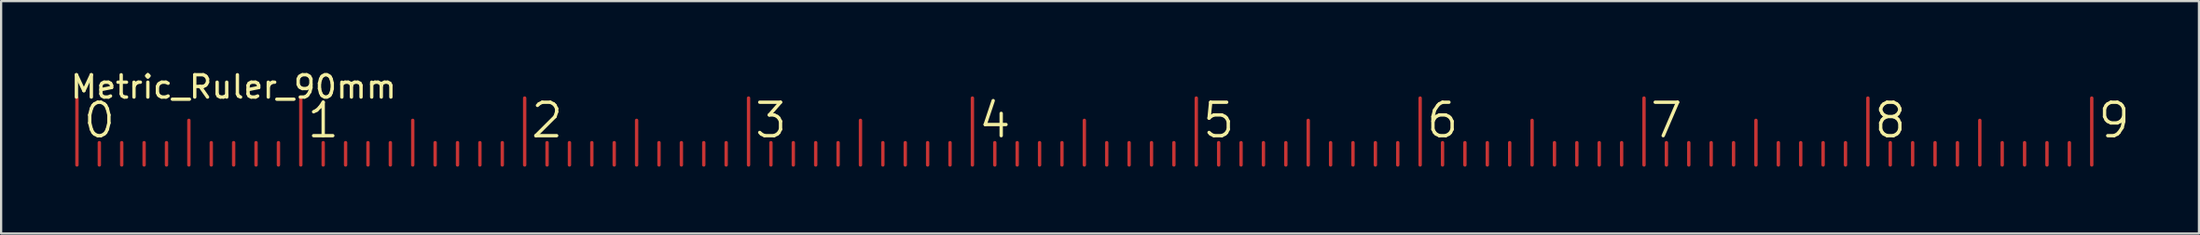
<source format=kicad_pcb>
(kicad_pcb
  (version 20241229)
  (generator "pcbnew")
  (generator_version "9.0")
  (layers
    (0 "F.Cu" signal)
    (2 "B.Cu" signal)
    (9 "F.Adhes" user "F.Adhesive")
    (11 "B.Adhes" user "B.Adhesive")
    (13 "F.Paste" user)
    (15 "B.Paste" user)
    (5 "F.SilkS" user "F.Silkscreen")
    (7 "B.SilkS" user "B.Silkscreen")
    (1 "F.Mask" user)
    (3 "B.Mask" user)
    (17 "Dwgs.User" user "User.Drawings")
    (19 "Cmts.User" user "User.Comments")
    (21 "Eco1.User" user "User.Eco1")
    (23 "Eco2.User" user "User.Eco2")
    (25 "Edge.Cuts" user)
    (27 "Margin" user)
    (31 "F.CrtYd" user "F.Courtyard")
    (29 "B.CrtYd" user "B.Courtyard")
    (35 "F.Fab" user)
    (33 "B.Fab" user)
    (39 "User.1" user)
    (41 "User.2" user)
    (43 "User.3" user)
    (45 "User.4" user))
  (footprint "Metric_Ruler_90mm"
    (layer "F.Cu")
    (at 7.387 0.348)
    (property "Reference" "Metric_Ruler_90mm" (at 0 0.5 0) (layer "F.SilkS") (effects (font (size 1 1) (thickness 0.15))))
    (attr through_hole)
    (fp_line (start -7 4) (end -7 1) (stroke (width 0.15) (type solid)) (layer "F.Cu"))
    (fp_line (start -6 4) (end -6 3) (stroke (width 0.15) (type solid)) (layer "F.Cu"))
    (fp_line (start -5 4) (end -5 3) (stroke (width 0.15) (type solid)) (layer "F.Cu"))
    (fp_line (start -4 4) (end -4 3) (stroke (width 0.15) (type solid)) (layer "F.Cu"))
    (fp_line (start -3 4) (end -3 3) (stroke (width 0.15) (type solid)) (layer "F.Cu"))
    (fp_line (start -2 4) (end -2 2) (stroke (width 0.15) (type solid)) (layer "F.Cu"))
    (fp_line (start -1 4) (end -1 3) (stroke (width 0.15) (type solid)) (layer "F.Cu"))
    (fp_line (start 0 4) (end 0 3) (stroke (width 0.15) (type solid)) (layer "F.Cu"))
    (fp_line (start 1 4) (end 1 3) (stroke (width 0.15) (type solid)) (layer "F.Cu"))
    (fp_line (start 2 4) (end 2 3) (stroke (width 0.15) (type solid)) (layer "F.Cu"))
    (fp_line (start 3 4) (end 3 1) (stroke (width 0.15) (type solid)) (layer "F.Cu"))
    (fp_line (start 4 4) (end 4 3) (stroke (width 0.15) (type solid)) (layer "F.Cu"))
    (fp_line (start 5 4) (end 5 3) (stroke (width 0.15) (type solid)) (layer "F.Cu"))
    (fp_line (start 6 4) (end 6 3) (stroke (width 0.15) (type solid)) (layer "F.Cu"))
    (fp_line (start 7 4) (end 7 3) (stroke (width 0.15) (type solid)) (layer "F.Cu"))
    (fp_line (start 8 4) (end 8 2) (stroke (width 0.15) (type solid)) (layer "F.Cu"))
    (fp_line (start 9 4) (end 9 3) (stroke (width 0.15) (type solid)) (layer "F.Cu"))
    (fp_line (start 10 4) (end 10 3) (stroke (width 0.15) (type solid)) (layer "F.Cu"))
    (fp_line (start 11 4) (end 11 3) (stroke (width 0.15) (type solid)) (layer "F.Cu"))
    (fp_line (start 12 4) (end 12 3) (stroke (width 0.15) (type solid)) (layer "F.Cu"))
    (fp_line (start 13 4) (end 13 1) (stroke (width 0.15) (type solid)) (layer "F.Cu"))
    (fp_line (start 14 4) (end 14 3) (stroke (width 0.15) (type solid)) (layer "F.Cu"))
    (fp_line (start 15 4) (end 15 3) (stroke (width 0.15) (type solid)) (layer "F.Cu"))
    (fp_line (start 16 4) (end 16 3) (stroke (width 0.15) (type solid)) (layer "F.Cu"))
    (fp_line (start 17 4) (end 17 3) (stroke (width 0.15) (type solid)) (layer "F.Cu"))
    (fp_line (start 18 4) (end 18 2) (stroke (width 0.15) (type solid)) (layer "F.Cu"))
    (fp_line (start 19 4) (end 19 3) (stroke (width 0.15) (type solid)) (layer "F.Cu"))
    (fp_line (start 20 4) (end 20 3) (stroke (width 0.15) (type solid)) (layer "F.Cu"))
    (fp_line (start 21 4) (end 21 3) (stroke (width 0.15) (type solid)) (layer "F.Cu"))
    (fp_line (start 22 4) (end 22 3) (stroke (width 0.15) (type solid)) (layer "F.Cu"))
    (fp_line (start 23 4) (end 23 1) (stroke (width 0.15) (type solid)) (layer "F.Cu"))
    (fp_line (start 24 4) (end 24 3) (stroke (width 0.15) (type solid)) (layer "F.Cu"))
    (fp_line (start 25 4) (end 25 3) (stroke (width 0.15) (type solid)) (layer "F.Cu"))
    (fp_line (start 26 4) (end 26 3) (stroke (width 0.15) (type solid)) (layer "F.Cu"))
    (fp_line (start 27 4) (end 27 3) (stroke (width 0.15) (type solid)) (layer "F.Cu"))
    (fp_line (start 28 4) (end 28 2) (stroke (width 0.15) (type solid)) (layer "F.Cu"))
    (fp_line (start 29 4) (end 29 3) (stroke (width 0.15) (type solid)) (layer "F.Cu"))
    (fp_line (start 30 4) (end 30 3) (stroke (width 0.15) (type solid)) (layer "F.Cu"))
    (fp_line (start 31 4) (end 31 3) (stroke (width 0.15) (type solid)) (layer "F.Cu"))
    (fp_line (start 32 4) (end 32 3) (stroke (width 0.15) (type solid)) (layer "F.Cu"))
    (fp_line (start 33 4) (end 33 1) (stroke (width 0.15) (type solid)) (layer "F.Cu"))
    (fp_line (start 34 4) (end 34 3) (stroke (width 0.15) (type solid)) (layer "F.Cu"))
    (fp_line (start 35 4) (end 35 3) (stroke (width 0.15) (type solid)) (layer "F.Cu"))
    (fp_line (start 36 4) (end 36 3) (stroke (width 0.15) (type solid)) (layer "F.Cu"))
    (fp_line (start 37 4) (end 37 3) (stroke (width 0.15) (type solid)) (layer "F.Cu"))
    (fp_line (start 38 4) (end 38 2) (stroke (width 0.15) (type solid)) (layer "F.Cu"))
    (fp_line (start 39 4) (end 39 3) (stroke (width 0.15) (type solid)) (layer "F.Cu"))
    (fp_line (start 40 4) (end 40 3) (stroke (width 0.15) (type solid)) (layer "F.Cu"))
    (fp_line (start 41 4) (end 41 3) (stroke (width 0.15) (type solid)) (layer "F.Cu"))
    (fp_line (start 42 4) (end 42 3) (stroke (width 0.15) (type solid)) (layer "F.Cu"))
    (fp_line (start 43 4) (end 43 1) (stroke (width 0.15) (type solid)) (layer "F.Cu"))
    (fp_line (start 44 4) (end 44 3) (stroke (width 0.15) (type solid)) (layer "F.Cu"))
    (fp_line (start 45 4) (end 45 3) (stroke (width 0.15) (type solid)) (layer "F.Cu"))
    (fp_line (start 46 4) (end 46 3) (stroke (width 0.15) (type solid)) (layer "F.Cu"))
    (fp_line (start 47 4) (end 47 3) (stroke (width 0.15) (type solid)) (layer "F.Cu"))
    (fp_line (start 48 4) (end 48 2) (stroke (width 0.15) (type solid)) (layer "F.Cu"))
    (fp_line (start 49 4) (end 49 3) (stroke (width 0.15) (type solid)) (layer "F.Cu"))
    (fp_line (start 50 4) (end 50 3) (stroke (width 0.15) (type solid)) (layer "F.Cu"))
    (fp_line (start 51 4) (end 51 3) (stroke (width 0.15) (type solid)) (layer "F.Cu"))
    (fp_line (start 52 4) (end 52 3) (stroke (width 0.15) (type solid)) (layer "F.Cu"))
    (fp_line (start 53 4) (end 53 1) (stroke (width 0.15) (type solid)) (layer "F.Cu"))
    (fp_line (start 54 4) (end 54 3) (stroke (width 0.15) (type solid)) (layer "F.Cu"))
    (fp_line (start 55 4) (end 55 3) (stroke (width 0.15) (type solid)) (layer "F.Cu"))
    (fp_line (start 56 4) (end 56 3) (stroke (width 0.15) (type solid)) (layer "F.Cu"))
    (fp_line (start 57 4) (end 57 3) (stroke (width 0.15) (type solid)) (layer "F.Cu"))
    (fp_line (start 58 4) (end 58 2) (stroke (width 0.15) (type solid)) (layer "F.Cu"))
    (fp_line (start 59 4) (end 59 3) (stroke (width 0.15) (type solid)) (layer "F.Cu"))
    (fp_line (start 60 4) (end 60 3) (stroke (width 0.15) (type solid)) (layer "F.Cu"))
    (fp_line (start 61 4) (end 61 3) (stroke (width 0.15) (type solid)) (layer "F.Cu"))
    (fp_line (start 62 4) (end 62 3) (stroke (width 0.15) (type solid)) (layer "F.Cu"))
    (fp_line (start 63 4) (end 63 1) (stroke (width 0.15) (type solid)) (layer "F.Cu"))
    (fp_line (start 64 4) (end 64 3) (stroke (width 0.15) (type solid)) (layer "F.Cu"))
    (fp_line (start 65 4) (end 65 3) (stroke (width 0.15) (type solid)) (layer "F.Cu"))
    (fp_line (start 66 4) (end 66 3) (stroke (width 0.15) (type solid)) (layer "F.Cu"))
    (fp_line (start 67 4) (end 67 3) (stroke (width 0.15) (type solid)) (layer "F.Cu"))
    (fp_line (start 68 4) (end 68 2) (stroke (width 0.15) (type solid)) (layer "F.Cu"))
    (fp_line (start 69 4) (end 69 3) (stroke (width 0.15) (type solid)) (layer "F.Cu"))
    (fp_line (start 70 4) (end 70 3) (stroke (width 0.15) (type solid)) (layer "F.Cu"))
    (fp_line (start 71 4) (end 71 3) (stroke (width 0.15) (type solid)) (layer "F.Cu"))
    (fp_line (start 72 4) (end 72 3) (stroke (width 0.15) (type solid)) (layer "F.Cu"))
    (fp_line (start 73 4) (end 73 1) (stroke (width 0.15) (type solid)) (layer "F.Cu"))
    (fp_line (start 74 4) (end 74 3) (stroke (width 0.15) (type solid)) (layer "F.Cu"))
    (fp_line (start 75 4) (end 75 3) (stroke (width 0.15) (type solid)) (layer "F.Cu"))
    (fp_line (start 76 4) (end 76 3) (stroke (width 0.15) (type solid)) (layer "F.Cu"))
    (fp_line (start 77 4) (end 77 3) (stroke (width 0.15) (type solid)) (layer "F.Cu"))
    (fp_line (start 78 4) (end 78 2) (stroke (width 0.15) (type solid)) (layer "F.Cu"))
    (fp_line (start 79 4) (end 79 3) (stroke (width 0.15) (type solid)) (layer "F.Cu"))
    (fp_line (start 80 4) (end 80 3) (stroke (width 0.15) (type solid)) (layer "F.Cu"))
    (fp_line (start 81 4) (end 81 3) (stroke (width 0.15) (type solid)) (layer "F.Cu"))
    (fp_line (start 82 4) (end 82 3) (stroke (width 0.15) (type solid)) (layer "F.Cu"))
    (fp_line (start 83 4) (end 83 1) (stroke (width 0.15) (type solid)) (layer "F.Cu"))
    (fp_line (start -7 1) (end -7 1) (stroke (width 0.15) (type solid)) (layer "F.Mask"))
    (fp_line (start -7 4) (end -7 1) (stroke (width 0.15) (type solid)) (layer "F.Mask"))
    (fp_line (start -6 4) (end -6 3) (stroke (width 0.15) (type solid)) (layer "F.Mask"))
    (fp_line (start -5 4) (end -5 3) (stroke (width 0.15) (type solid)) (layer "F.Mask"))
    (fp_line (start -4 4) (end -4 3) (stroke (width 0.15) (type solid)) (layer "F.Mask"))
    (fp_line (start -3 4) (end -3 3) (stroke (width 0.15) (type solid)) (layer "F.Mask"))
    (fp_line (start -2 4) (end -2 2) (stroke (width 0.15) (type solid)) (layer "F.Mask"))
    (fp_line (start -1 4) (end -1 3) (stroke (width 0.15) (type solid)) (layer "F.Mask"))
    (fp_line (start 0 4) (end 0 3) (stroke (width 0.15) (type solid)) (layer "F.Mask"))
    (fp_line (start 1 4) (end 1 3) (stroke (width 0.15) (type solid)) (layer "F.Mask"))
    (fp_line (start 2 4) (end 2 3) (stroke (width 0.15) (type solid)) (layer "F.Mask"))
    (fp_line (start 3 4) (end 3 1) (stroke (width 0.15) (type solid)) (layer "F.Mask"))
    (fp_line (start 4 4) (end 4 3) (stroke (width 0.15) (type solid)) (layer "F.Mask"))
    (fp_line (start 5 4) (end 5 3) (stroke (width 0.15) (type solid)) (layer "F.Mask"))
    (fp_line (start 6 4) (end 6 3) (stroke (width 0.15) (type solid)) (layer "F.Mask"))
    (fp_line (start 7 4) (end 7 3) (stroke (width 0.15) (type solid)) (layer "F.Mask"))
    (fp_line (start 8 4) (end 8 2) (stroke (width 0.15) (type solid)) (layer "F.Mask"))
    (fp_line (start 9 4) (end 9 3) (stroke (width 0.15) (type solid)) (layer "F.Mask"))
    (fp_line (start 10 4) (end 10 3) (stroke (width 0.15) (type solid)) (layer "F.Mask"))
    (fp_line (start 11 4) (end 11 3) (stroke (width 0.15) (type solid)) (layer "F.Mask"))
    (fp_line (start 12 4) (end 12 3) (stroke (width 0.15) (type solid)) (layer "F.Mask"))
    (fp_line (start 13 4) (end 13 1) (stroke (width 0.15) (type solid)) (layer "F.Mask"))
    (fp_line (start 14 4) (end 14 3) (stroke (width 0.15) (type solid)) (layer "F.Mask"))
    (fp_line (start 15 4) (end 15 3) (stroke (width 0.15) (type solid)) (layer "F.Mask"))
    (fp_line (start 16 4) (end 16 3) (stroke (width 0.15) (type solid)) (layer "F.Mask"))
    (fp_line (start 17 4) (end 17 3) (stroke (width 0.15) (type solid)) (layer "F.Mask"))
    (fp_line (start 18 4) (end 18 2) (stroke (width 0.15) (type solid)) (layer "F.Mask"))
    (fp_line (start 19 4) (end 19 3) (stroke (width 0.15) (type solid)) (layer "F.Mask"))
    (fp_line (start 20 4) (end 20 3) (stroke (width 0.15) (type solid)) (layer "F.Mask"))
    (fp_line (start 21 4) (end 21 3) (stroke (width 0.15) (type solid)) (layer "F.Mask"))
    (fp_line (start 22 4) (end 22 3) (stroke (width 0.15) (type solid)) (layer "F.Mask"))
    (fp_line (start 23 4) (end 23 1) (stroke (width 0.15) (type solid)) (layer "F.Mask"))
    (fp_line (start 24 4) (end 24 3) (stroke (width 0.15) (type solid)) (layer "F.Mask"))
    (fp_line (start 25 4) (end 25 3) (stroke (width 0.15) (type solid)) (layer "F.Mask"))
    (fp_line (start 26 4) (end 26 3) (stroke (width 0.15) (type solid)) (layer "F.Mask"))
    (fp_line (start 27 4) (end 27 3) (stroke (width 0.15) (type solid)) (layer "F.Mask"))
    (fp_line (start 28 4) (end 28 2) (stroke (width 0.15) (type solid)) (layer "F.Mask"))
    (fp_line (start 29 4) (end 29 3) (stroke (width 0.15) (type solid)) (layer "F.Mask"))
    (fp_line (start 30 4) (end 30 3) (stroke (width 0.15) (type solid)) (layer "F.Mask"))
    (fp_line (start 31 4) (end 31 3) (stroke (width 0.15) (type solid)) (layer "F.Mask"))
    (fp_line (start 32 4) (end 32 3) (stroke (width 0.15) (type solid)) (layer "F.Mask"))
    (fp_line (start 33 4) (end 33 1) (stroke (width 0.15) (type solid)) (layer "F.Mask"))
    (fp_line (start 34 4) (end 34 3) (stroke (width 0.15) (type solid)) (layer "F.Mask"))
    (fp_line (start 35 4) (end 35 3) (stroke (width 0.15) (type solid)) (layer "F.Mask"))
    (fp_line (start 36 4) (end 36 3) (stroke (width 0.15) (type solid)) (layer "F.Mask"))
    (fp_line (start 37 4) (end 37 3) (stroke (width 0.15) (type solid)) (layer "F.Mask"))
    (fp_line (start 38 4) (end 38 2) (stroke (width 0.15) (type solid)) (layer "F.Mask"))
    (fp_line (start 39 4) (end 39 3) (stroke (width 0.15) (type solid)) (layer "F.Mask"))
    (fp_line (start 40 4) (end 40 3) (stroke (width 0.15) (type solid)) (layer "F.Mask"))
    (fp_line (start 41 4) (end 41 3) (stroke (width 0.15) (type solid)) (layer "F.Mask"))
    (fp_line (start 42 4) (end 42 3) (stroke (width 0.15) (type solid)) (layer "F.Mask"))
    (fp_line (start 43 4) (end 43 1) (stroke (width 0.15) (type solid)) (layer "F.Mask"))
    (fp_line (start 44 4) (end 44 3) (stroke (width 0.15) (type solid)) (layer "F.Mask"))
    (fp_line (start 45 4) (end 45 3) (stroke (width 0.15) (type solid)) (layer "F.Mask"))
    (fp_line (start 46 4) (end 46 3) (stroke (width 0.15) (type solid)) (layer "F.Mask"))
    (fp_line (start 47 4) (end 47 3) (stroke (width 0.15) (type solid)) (layer "F.Mask"))
    (fp_line (start 48 4) (end 48 2) (stroke (width 0.15) (type solid)) (layer "F.Mask"))
    (fp_line (start 49 4) (end 49 3) (stroke (width 0.15) (type solid)) (layer "F.Mask"))
    (fp_line (start 50 4) (end 50 3) (stroke (width 0.15) (type solid)) (layer "F.Mask"))
    (fp_line (start 51 4) (end 51 3) (stroke (width 0.15) (type solid)) (layer "F.Mask"))
    (fp_line (start 52 4) (end 52 3) (stroke (width 0.15) (type solid)) (layer "F.Mask"))
    (fp_line (start 53 4) (end 53 1) (stroke (width 0.15) (type solid)) (layer "F.Mask"))
    (fp_line (start 54 4) (end 54 3) (stroke (width 0.15) (type solid)) (layer "F.Mask"))
    (fp_line (start 55 4) (end 55 3) (stroke (width 0.15) (type solid)) (layer "F.Mask"))
    (fp_line (start 56 4) (end 56 3) (stroke (width 0.15) (type solid)) (layer "F.Mask"))
    (fp_line (start 57 4) (end 57 3) (stroke (width 0.15) (type solid)) (layer "F.Mask"))
    (fp_line (start 58 4) (end 58 2) (stroke (width 0.15) (type solid)) (layer "F.Mask"))
    (fp_line (start 59 4) (end 59 3) (stroke (width 0.15) (type solid)) (layer "F.Mask"))
    (fp_line (start 60 4) (end 60 3) (stroke (width 0.15) (type solid)) (layer "F.Mask"))
    (fp_line (start 61 4) (end 61 3) (stroke (width 0.15) (type solid)) (layer "F.Mask"))
    (fp_line (start 62 4) (end 62 3) (stroke (width 0.15) (type solid)) (layer "F.Mask"))
    (fp_line (start 63 4) (end 63 1) (stroke (width 0.15) (type solid)) (layer "F.Mask"))
    (fp_line (start 64 4) (end 64 3) (stroke (width 0.15) (type solid)) (layer "F.Mask"))
    (fp_line (start 65 4) (end 65 3) (stroke (width 0.15) (type solid)) (layer "F.Mask"))
    (fp_line (start 66 4) (end 66 3) (stroke (width 0.15) (type solid)) (layer "F.Mask"))
    (fp_line (start 67 4) (end 67 3) (stroke (width 0.15) (type solid)) (layer "F.Mask"))
    (fp_line (start 68 4) (end 68 2) (stroke (width 0.15) (type solid)) (layer "F.Mask"))
    (fp_line (start 69 4) (end 69 3) (stroke (width 0.15) (type solid)) (layer "F.Mask"))
    (fp_line (start 70 4) (end 70 3) (stroke (width 0.15) (type solid)) (layer "F.Mask"))
    (fp_line (start 71 4) (end 71 3) (stroke (width 0.15) (type solid)) (layer "F.Mask"))
    (fp_line (start 72 4) (end 72 3) (stroke (width 0.15) (type solid)) (layer "F.Mask"))
    (fp_line (start 73 4) (end 73 1) (stroke (width 0.15) (type solid)) (layer "F.Mask"))
    (fp_line (start 74 4) (end 74 3) (stroke (width 0.15) (type solid)) (layer "F.Mask"))
    (fp_line (start 75 4) (end 75 3) (stroke (width 0.15) (type solid)) (layer "F.Mask"))
    (fp_line (start 76 4) (end 76 3) (stroke (width 0.15) (type solid)) (layer "F.Mask"))
    (fp_line (start 77 4) (end 77 3) (stroke (width 0.15) (type solid)) (layer "F.Mask"))
    (fp_line (start 78 4) (end 78 2) (stroke (width 0.15) (type solid)) (layer "F.Mask"))
    (fp_line (start 79 4) (end 79 3) (stroke (width 0.15) (type solid)) (layer "F.Mask"))
    (fp_line (start 80 4) (end 80 3) (stroke (width 0.15) (type solid)) (layer "F.Mask"))
    (fp_line (start 81 4) (end 81 3) (stroke (width 0.15) (type solid)) (layer "F.Mask"))
    (fp_line (start 82 4) (end 82 3) (stroke (width 0.15) (type solid)) (layer "F.Mask"))
    (fp_line (start 83 4) (end 83 1) (stroke (width 0.15) (type solid)) (layer "F.Mask"))
    (fp_text user "3" (at 24 2 0) (layer "F.SilkS") (effects (font (size 1.5 1.5) (thickness 0.15))))
    (fp_text user "0" (at -6 2 0) (layer "F.SilkS") (effects (font (size 1.5 1.5) (thickness 0.15))))
    (fp_text user "8" (at 74 2 0) (layer "F.SilkS") (effects (font (size 1.5 1.5) (thickness 0.15))))
    (fp_text user "4" (at 34 2 0) (layer "F.SilkS") (effects (font (size 1.5 1.5) (thickness 0.15))))
    (fp_text user "1" (at 4 2 0) (layer "F.SilkS") (effects (font (size 1.5 1.5) (thickness 0.15))))
    (fp_text user "7" (at 64 2 0) (layer "F.SilkS") (effects (font (size 1.5 1.5) (thickness 0.15))))
    (fp_text user "6" (at 54 2 0) (layer "F.SilkS") (effects (font (size 1.5 1.5) (thickness 0.15))))
    (fp_text user "5" (at 44 2 0) (layer "F.SilkS") (effects (font (size 1.5 1.5) (thickness 0.15))))
    (fp_text user "2" (at 14 2 0) (layer "F.SilkS") (effects (font (size 1.5 1.5) (thickness 0.15))))
    (fp_text user "9" (at 84 2 0) (layer "F.SilkS") (effects (font (size 1.5 1.5) (thickness 0.15)))))
  (gr_rect
    (start -3 -3)
    (end 95.176 7.423)
    (stroke (width 0.1) (type default))
    (fill no)
    (layer "Edge.Cuts")))
</source>
